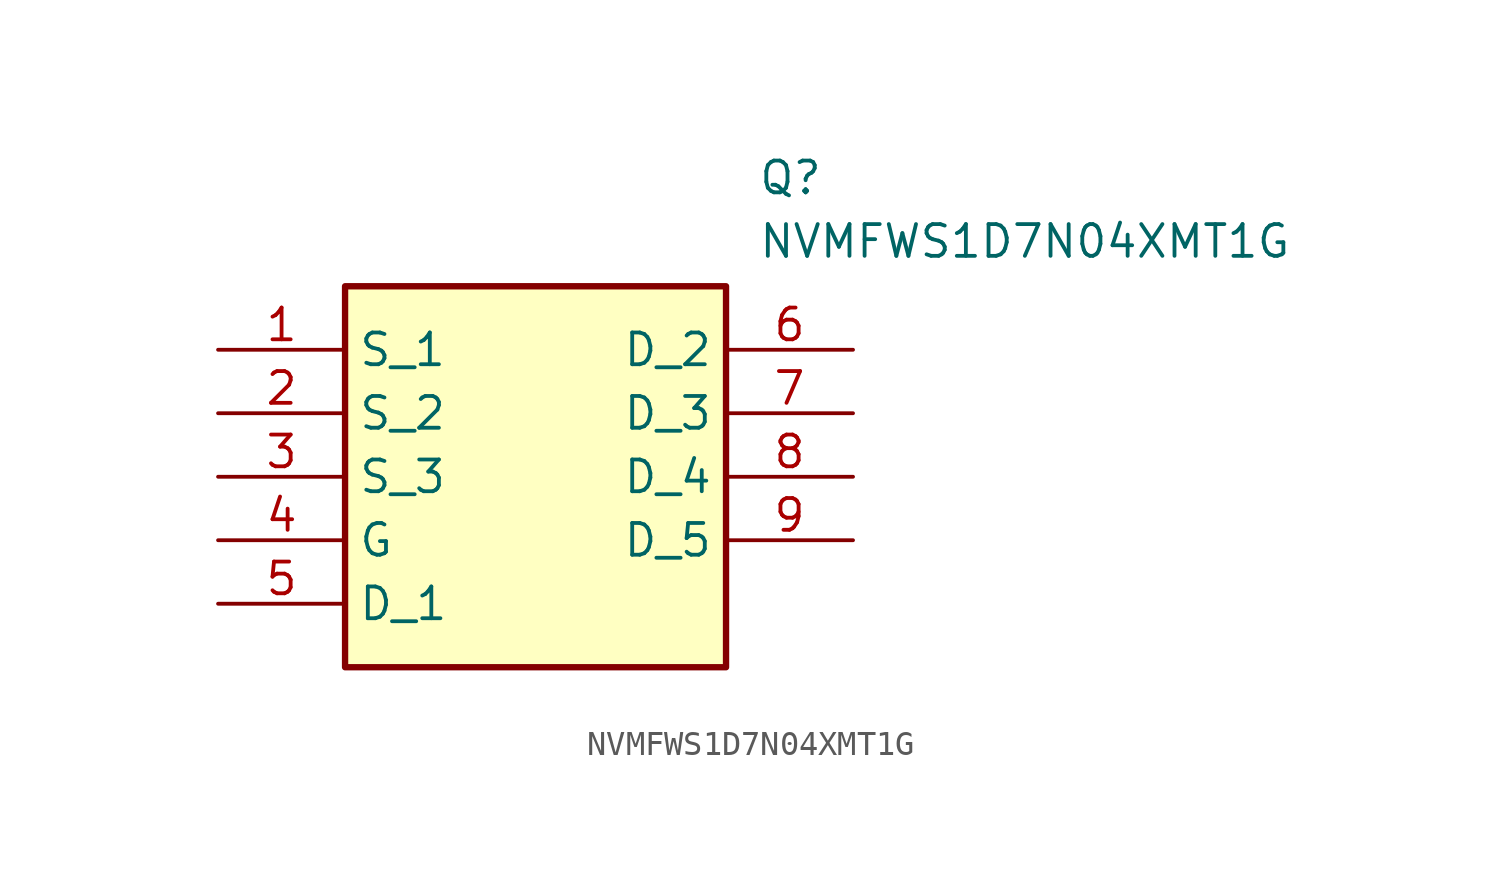
<source format=kicad_sym>
(kicad_symbol_lib
  (version 20211014)
  (generator SamacSys_ECAD_Model)
  (symbol "NVMFWS1D7N04XMT1G"
    (property "Reference" "Q"
      (at 21.59 7.62 0)
      (effects (font (size 1.27 1.27)) (justify left top)))
    (property "Value" "NVMFWS1D7N04XMT1G"
      (at 21.59 5.08 0)
      (effects (font (size 1.27 1.27)) (justify left top)))
    (rectangle
      (start 5.08 2.54)
      (end 20.32 -12.7)
      (stroke (width 0.254) (type default))
      (fill (type background)))
    (pin passive line
      (at 0 0 0)
      (length 5.08)
      (name "S_1" (effects (font (size 1.27 1.27))))
      (number "1" (effects (font (size 1.27 1.27)))))
    (pin passive line
      (at 0 -2.54 0)
      (length 5.08)
      (name "S_2" (effects (font (size 1.27 1.27))))
      (number "2" (effects (font (size 1.27 1.27)))))
    (pin passive line
      (at 0 -5.08 0)
      (length 5.08)
      (name "S_3" (effects (font (size 1.27 1.27))))
      (number "3" (effects (font (size 1.27 1.27)))))
    (pin passive line
      (at 0 -7.62 0)
      (length 5.08)
      (name "G" (effects (font (size 1.27 1.27))))
      (number "4" (effects (font (size 1.27 1.27)))))
    (pin passive line
      (at 0 -10.16 0)
      (length 5.08)
      (name "D_1" (effects (font (size 1.27 1.27))))
      (number "5" (effects (font (size 1.27 1.27)))))
    (pin passive line
      (at 25.4 0 180)
      (length 5.08)
      (name "D_2" (effects (font (size 1.27 1.27))))
      (number "6" (effects (font (size 1.27 1.27)))))
    (pin passive line
      (at 25.4 -2.54 180)
      (length 5.08)
      (name "D_3" (effects (font (size 1.27 1.27))))
      (number "7" (effects (font (size 1.27 1.27)))))
    (pin passive line
      (at 25.4 -5.08 180)
      (length 5.08)
      (name "D_4" (effects (font (size 1.27 1.27))))
      (number "8" (effects (font (size 1.27 1.27)))))
    (pin passive line
      (at 25.4 -7.62 180)
      (length 5.08)
      (name "D_5" (effects (font (size 1.27 1.27))))
      (number "9" (effects (font (size 1.27 1.27)))))))
</source>
